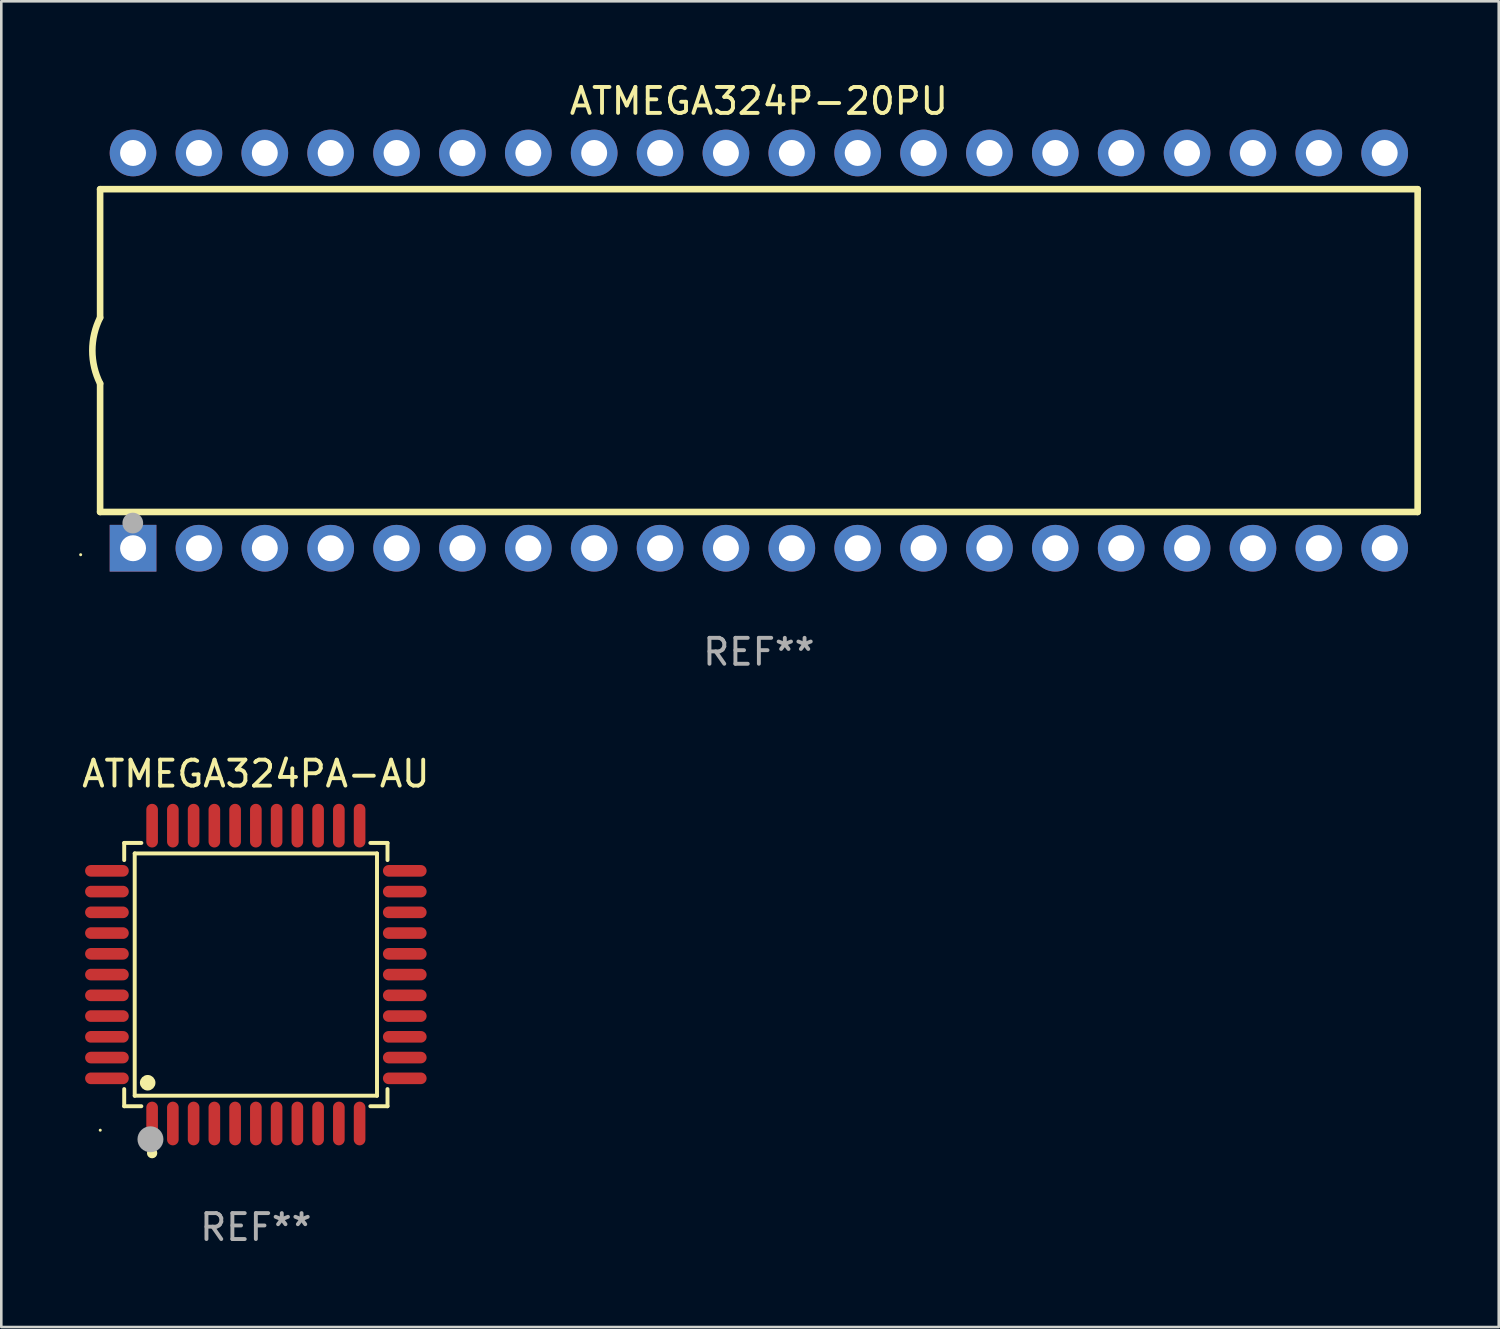
<source format=kicad_pcb>
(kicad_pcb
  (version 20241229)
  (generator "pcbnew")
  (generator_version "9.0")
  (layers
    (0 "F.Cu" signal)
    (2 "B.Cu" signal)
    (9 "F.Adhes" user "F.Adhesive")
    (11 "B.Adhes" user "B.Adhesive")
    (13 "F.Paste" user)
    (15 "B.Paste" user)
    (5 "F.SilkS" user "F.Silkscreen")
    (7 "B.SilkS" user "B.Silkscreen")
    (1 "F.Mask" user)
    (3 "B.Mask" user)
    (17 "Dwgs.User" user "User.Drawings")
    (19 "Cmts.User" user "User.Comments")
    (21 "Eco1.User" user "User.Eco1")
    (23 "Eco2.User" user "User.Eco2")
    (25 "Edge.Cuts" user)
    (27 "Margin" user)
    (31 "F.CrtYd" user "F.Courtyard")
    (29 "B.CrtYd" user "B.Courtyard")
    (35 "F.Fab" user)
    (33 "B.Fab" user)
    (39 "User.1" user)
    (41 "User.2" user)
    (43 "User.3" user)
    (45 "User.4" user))
  (footprint "ATMEGA324P-20PU"
    (layer "F.Cu")
    (at 26.21 10.468)
    (property "Reference" "ATMEGA324P-20PU" (at 0 -9.62 0) (layer "F.SilkS") (effects (font (size 1 1) (thickness 0.15))))
    (attr through_hole)
    (fp_line (start -25.4 -6.224) (end -25.4 -1.271) (stroke (width 0.254) (type solid)) (layer "F.SilkS"))
    (fp_line (start -25.4 -6.224) (end 25.4 -6.224) (stroke (width 0.254) (type solid)) (layer "F.SilkS"))
    (fp_line (start -25.4 1.269) (end -25.4 6.222) (stroke (width 0.254) (type solid)) (layer "F.SilkS"))
    (fp_line (start -25.4 6.222) (end 25.4 6.222) (stroke (width 0.254) (type solid)) (layer "F.SilkS"))
    (fp_line (start 25.4 6.222) (end 25.4 -6.224) (stroke (width 0.254) (type solid)) (layer "F.SilkS"))
    (fp_arc (start -25.4 1.269241) (mid -25.699807 -0.000762) (end -25.4 -1.270765) (stroke (width 0.254001) (type solid)) (layer "F.SilkS"))
    (fp_circle (center -26.15 7.87) (end -26.12 7.87) (stroke (width 0.06) (type solid)) (fill no) (layer "F.SilkS"))
    (fp_circle (center -24.14 6.65) (end -23.94 6.65) (stroke (width 0.4) (type solid)) (fill no) (layer "F.Fab"))
    (fp_text user "REF**" (at 0 11.62 0) (layer "F.Fab") (effects (font (size 1 1) (thickness 0.15))))
    (pad "1" thru_hole rect (at -24.13 7.62 90) (size 1.8 1.8) (drill 1) (layers "*.Cu" "*.Mask"))
    (pad "2" thru_hole circle (at -21.59 7.62) (size 1.8 1.8) (drill 1) (layers "*.Cu" "*.Mask"))
    (pad "3" thru_hole circle (at -19.05 7.62) (size 1.8 1.8) (drill 1) (layers "*.Cu" "*.Mask"))
    (pad "4" thru_hole circle (at -16.51 7.62) (size 1.8 1.8) (drill 1) (layers "*.Cu" "*.Mask"))
    (pad "5" thru_hole circle (at -13.97 7.62) (size 1.8 1.8) (drill 1) (layers "*.Cu" "*.Mask"))
    (pad "6" thru_hole circle (at -11.43 7.62) (size 1.8 1.8) (drill 1) (layers "*.Cu" "*.Mask"))
    (pad "7" thru_hole circle (at -8.89 7.62) (size 1.8 1.8) (drill 1) (layers "*.Cu" "*.Mask"))
    (pad "8" thru_hole circle (at -6.35 7.62) (size 1.8 1.8) (drill 1) (layers "*.Cu" "*.Mask"))
    (pad "9" thru_hole circle (at -3.81 7.62) (size 1.8 1.8) (drill 1) (layers "*.Cu" "*.Mask"))
    (pad "10" thru_hole circle (at -1.27 7.62) (size 1.8 1.8) (drill 1) (layers "*.Cu" "*.Mask"))
    (pad "11" thru_hole circle (at 1.27 7.62) (size 1.8 1.8) (drill 1) (layers "*.Cu" "*.Mask"))
    (pad "12" thru_hole circle (at 3.81 7.62) (size 1.8 1.8) (drill 1) (layers "*.Cu" "*.Mask"))
    (pad "13" thru_hole circle (at 6.35 7.62) (size 1.8 1.8) (drill 1) (layers "*.Cu" "*.Mask"))
    (pad "14" thru_hole circle (at 8.89 7.62) (size 1.8 1.8) (drill 1) (layers "*.Cu" "*.Mask"))
    (pad "15" thru_hole circle (at 11.43 7.62) (size 1.8 1.8) (drill 1) (layers "*.Cu" "*.Mask"))
    (pad "16" thru_hole circle (at 13.97 7.62) (size 1.8 1.8) (drill 1) (layers "*.Cu" "*.Mask"))
    (pad "17" thru_hole circle (at 16.51 7.62) (size 1.8 1.8) (drill 1) (layers "*.Cu" "*.Mask"))
    (pad "18" thru_hole circle (at 19.05 7.62) (size 1.8 1.8) (drill 1) (layers "*.Cu" "*.Mask"))
    (pad "19" thru_hole circle (at 21.59 7.62) (size 1.8 1.8) (drill 1) (layers "*.Cu" "*.Mask"))
    (pad "20" thru_hole circle (at 24.13 7.62) (size 1.8 1.8) (drill 1) (layers "*.Cu" "*.Mask"))
    (pad "21" thru_hole circle (at 24.13 -7.62) (size 1.8 1.8) (drill 1) (layers "*.Cu" "*.Mask"))
    (pad "22" thru_hole circle (at 21.59 -7.62) (size 1.8 1.8) (drill 1) (layers "*.Cu" "*.Mask"))
    (pad "23" thru_hole circle (at 19.05 -7.62) (size 1.8 1.8) (drill 1) (layers "*.Cu" "*.Mask"))
    (pad "24" thru_hole circle (at 16.51 -7.62) (size 1.8 1.8) (drill 1) (layers "*.Cu" "*.Mask"))
    (pad "25" thru_hole circle (at 13.97 -7.62) (size 1.8 1.8) (drill 1) (layers "*.Cu" "*.Mask"))
    (pad "26" thru_hole circle (at 11.43 -7.62) (size 1.8 1.8) (drill 1) (layers "*.Cu" "*.Mask"))
    (pad "27" thru_hole circle (at 8.89 -7.62) (size 1.8 1.8) (drill 1) (layers "*.Cu" "*.Mask"))
    (pad "28" thru_hole circle (at 6.35 -7.62) (size 1.8 1.8) (drill 1) (layers "*.Cu" "*.Mask"))
    (pad "29" thru_hole circle (at 3.81 -7.62) (size 1.8 1.8) (drill 1) (layers "*.Cu" "*.Mask"))
    (pad "30" thru_hole circle (at 1.27 -7.62) (size 1.8 1.8) (drill 1) (layers "*.Cu" "*.Mask"))
    (pad "31" thru_hole circle (at -1.27 -7.62) (size 1.8 1.8) (drill 1) (layers "*.Cu" "*.Mask"))
    (pad "32" thru_hole circle (at -3.81 -7.62) (size 1.8 1.8) (drill 1) (layers "*.Cu" "*.Mask"))
    (pad "33" thru_hole circle (at -6.35 -7.62) (size 1.8 1.8) (drill 1) (layers "*.Cu" "*.Mask"))
    (pad "34" thru_hole circle (at -8.89 -7.62) (size 1.8 1.8) (drill 1) (layers "*.Cu" "*.Mask"))
    (pad "35" thru_hole circle (at -11.43 -7.62) (size 1.8 1.8) (drill 1) (layers "*.Cu" "*.Mask"))
    (pad "36" thru_hole circle (at -13.97 -7.62) (size 1.8 1.8) (drill 1) (layers "*.Cu" "*.Mask"))
    (pad "37" thru_hole circle (at -16.51 -7.62) (size 1.8 1.8) (drill 1) (layers "*.Cu" "*.Mask"))
    (pad "38" thru_hole circle (at -19.05 -7.62) (size 1.8 1.8) (drill 1) (layers "*.Cu" "*.Mask"))
    (pad "39" thru_hole circle (at -21.59 -7.62) (size 1.8 1.8) (drill 1) (layers "*.Cu" "*.Mask"))
    (pad "40" thru_hole circle (at -24.13 -7.62) (size 1.8 1.8) (drill 1) (layers "*.Cu" "*.Mask")))
  (footprint "ATMEGA324PA-AU"
    (layer "F.Cu")
    (at 6.815 34.527)
    (property "Reference" "ATMEGA324PA-AU" (at 0 -7.742 0) (layer "F.SilkS") (effects (font (size 1 1) (thickness 0.15))))
    (attr through_hole)
    (fp_line (start -5.076 -5.076) (end -4.415 -5.076) (stroke (width 0.152) (type solid)) (layer "F.SilkS"))
    (fp_line (start -5.076 -4.415) (end -5.076 -5.076) (stroke (width 0.152) (type solid)) (layer "F.SilkS"))
    (fp_line (start -5.076 4.415) (end -5.076 5.076) (stroke (width 0.152) (type solid)) (layer "F.SilkS"))
    (fp_line (start -5.076 5.076) (end -4.415 5.076) (stroke (width 0.152) (type solid)) (layer "F.SilkS"))
    (fp_line (start -4.671 -4.671) (end 4.671 -4.671) (stroke (width 0.152) (type solid)) (layer "F.SilkS"))
    (fp_line (start -4.671 4.671) (end -4.671 -4.671) (stroke (width 0.152) (type solid)) (layer "F.SilkS"))
    (fp_line (start 4.671 -4.671) (end 4.671 4.671) (stroke (width 0.152) (type solid)) (layer "F.SilkS"))
    (fp_line (start 4.671 4.671) (end -4.671 4.671) (stroke (width 0.152) (type solid)) (layer "F.SilkS"))
    (fp_line (start 5.076 -5.076) (end 4.415 -5.076) (stroke (width 0.152) (type solid)) (layer "F.SilkS"))
    (fp_line (start 5.076 -4.415) (end 5.076 -5.076) (stroke (width 0.152) (type solid)) (layer "F.SilkS"))
    (fp_line (start 5.076 4.415) (end 5.076 5.076) (stroke (width 0.152) (type solid)) (layer "F.SilkS"))
    (fp_line (start 5.076 5.076) (end 4.415 5.076) (stroke (width 0.152) (type solid)) (layer "F.SilkS"))
    (fp_circle (center -6 6) (end -5.97 6) (stroke (width 0.06) (type solid)) (fill no) (layer "F.SilkS"))
    (fp_circle (center -4.171 4.171) (end -4.021 4.171) (stroke (width 0.3) (type solid)) (fill no) (layer "F.SilkS"))
    (fp_circle (center -4 6.884) (end -3.9 6.884) (stroke (width 0.2) (type solid)) (fill no) (layer "F.SilkS"))
    (fp_circle (center -4.064 6.35) (end -3.814 6.35) (stroke (width 0.5) (type solid)) (fill no) (layer "F.Fab"))
    (fp_text user "REF**" (at 0 9.742 0) (layer "F.Fab") (effects (font (size 1 1) (thickness 0.15))))
    (pad "1" smd oval (at -4 5.742) (size 0.448 1.684) (layers "F.Cu" "F.Mask" "F.Paste"))
    (pad "2" smd oval (at -3.2 5.742) (size 0.448 1.684) (layers "F.Cu" "F.Mask" "F.Paste"))
    (pad "3" smd oval (at -2.4 5.742) (size 0.448 1.684) (layers "F.Cu" "F.Mask" "F.Paste"))
    (pad "4" smd oval (at -1.6 5.742) (size 0.448 1.684) (layers "F.Cu" "F.Mask" "F.Paste"))
    (pad "5" smd oval (at -0.8 5.742) (size 0.448 1.684) (layers "F.Cu" "F.Mask" "F.Paste"))
    (pad "6" smd oval (at 0 5.742) (size 0.448 1.684) (layers "F.Cu" "F.Mask" "F.Paste"))
    (pad "7" smd oval (at 0.8 5.742) (size 0.448 1.684) (layers "F.Cu" "F.Mask" "F.Paste"))
    (pad "8" smd oval (at 1.6 5.742) (size 0.448 1.684) (layers "F.Cu" "F.Mask" "F.Paste"))
    (pad "9" smd oval (at 2.4 5.742) (size 0.448 1.684) (layers "F.Cu" "F.Mask" "F.Paste"))
    (pad "10" smd oval (at 3.2 5.742) (size 0.448 1.684) (layers "F.Cu" "F.Mask" "F.Paste"))
    (pad "11" smd oval (at 4 5.742) (size 0.448 1.684) (layers "F.Cu" "F.Mask" "F.Paste"))
    (pad "12" smd oval (at 5.742 4) (size 1.684 0.448) (layers "F.Cu" "F.Mask" "F.Paste"))
    (pad "13" smd oval (at 5.742 3.2) (size 1.684 0.448) (layers "F.Cu" "F.Mask" "F.Paste"))
    (pad "14" smd oval (at 5.742 2.4) (size 1.684 0.448) (layers "F.Cu" "F.Mask" "F.Paste"))
    (pad "15" smd oval (at 5.742 1.6) (size 1.684 0.448) (layers "F.Cu" "F.Mask" "F.Paste"))
    (pad "16" smd oval (at 5.742 0.8) (size 1.684 0.448) (layers "F.Cu" "F.Mask" "F.Paste"))
    (pad "17" smd oval (at 5.742 0) (size 1.684 0.448) (layers "F.Cu" "F.Mask" "F.Paste"))
    (pad "18" smd oval (at 5.742 -0.8) (size 1.684 0.448) (layers "F.Cu" "F.Mask" "F.Paste"))
    (pad "19" smd oval (at 5.742 -1.6) (size 1.684 0.448) (layers "F.Cu" "F.Mask" "F.Paste"))
    (pad "20" smd oval (at 5.742 -2.4) (size 1.684 0.448) (layers "F.Cu" "F.Mask" "F.Paste"))
    (pad "21" smd oval (at 5.742 -3.2) (size 1.684 0.448) (layers "F.Cu" "F.Mask" "F.Paste"))
    (pad "22" smd oval (at 5.742 -4) (size 1.684 0.448) (layers "F.Cu" "F.Mask" "F.Paste"))
    (pad "23" smd oval (at 4 -5.742) (size 0.448 1.684) (layers "F.Cu" "F.Mask" "F.Paste"))
    (pad "24" smd oval (at 3.2 -5.742) (size 0.448 1.684) (layers "F.Cu" "F.Mask" "F.Paste"))
    (pad "25" smd oval (at 2.4 -5.742) (size 0.448 1.684) (layers "F.Cu" "F.Mask" "F.Paste"))
    (pad "26" smd oval (at 1.6 -5.742) (size 0.448 1.684) (layers "F.Cu" "F.Mask" "F.Paste"))
    (pad "27" smd oval (at 0.8 -5.742) (size 0.448 1.684) (layers "F.Cu" "F.Mask" "F.Paste"))
    (pad "28" smd oval (at 0 -5.742) (size 0.448 1.684) (layers "F.Cu" "F.Mask" "F.Paste"))
    (pad "29" smd oval (at -0.8 -5.742) (size 0.448 1.684) (layers "F.Cu" "F.Mask" "F.Paste"))
    (pad "30" smd oval (at -1.6 -5.742) (size 0.448 1.684) (layers "F.Cu" "F.Mask" "F.Paste"))
    (pad "31" smd oval (at -2.4 -5.742) (size 0.448 1.684) (layers "F.Cu" "F.Mask" "F.Paste"))
    (pad "32" smd oval (at -3.2 -5.742) (size 0.448 1.684) (layers "F.Cu" "F.Mask" "F.Paste"))
    (pad "33" smd oval (at -4 -5.742) (size 0.448 1.684) (layers "F.Cu" "F.Mask" "F.Paste"))
    (pad "34" smd oval (at -5.742 -4) (size 1.684 0.448) (layers "F.Cu" "F.Mask" "F.Paste"))
    (pad "35" smd oval (at -5.742 -3.2) (size 1.684 0.448) (layers "F.Cu" "F.Mask" "F.Paste"))
    (pad "36" smd oval (at -5.742 -2.4) (size 1.684 0.448) (layers "F.Cu" "F.Mask" "F.Paste"))
    (pad "37" smd oval (at -5.742 -1.6) (size 1.684 0.448) (layers "F.Cu" "F.Mask" "F.Paste"))
    (pad "38" smd oval (at -5.742 -0.8) (size 1.684 0.448) (layers "F.Cu" "F.Mask" "F.Paste"))
    (pad "39" smd oval (at -5.742 0) (size 1.684 0.448) (layers "F.Cu" "F.Mask" "F.Paste"))
    (pad "40" smd oval (at -5.742 0.8) (size 1.684 0.448) (layers "F.Cu" "F.Mask" "F.Paste"))
    (pad "41" smd oval (at -5.742 1.6) (size 1.684 0.448) (layers "F.Cu" "F.Mask" "F.Paste"))
    (pad "42" smd oval (at -5.742 2.4) (size 1.684 0.448) (layers "F.Cu" "F.Mask" "F.Paste"))
    (pad "43" smd oval (at -5.742 3.2) (size 1.684 0.448) (layers "F.Cu" "F.Mask" "F.Paste"))
    (pad "44" smd oval (at -5.742 4) (size 1.684 0.448) (layers "F.Cu" "F.Mask" "F.Paste")))
  (gr_rect
    (start -3 -3)
    (end 54.737 48.117)
    (stroke (width 0.1) (type default))
    (fill no)
    (layer "Edge.Cuts")))
</source>
